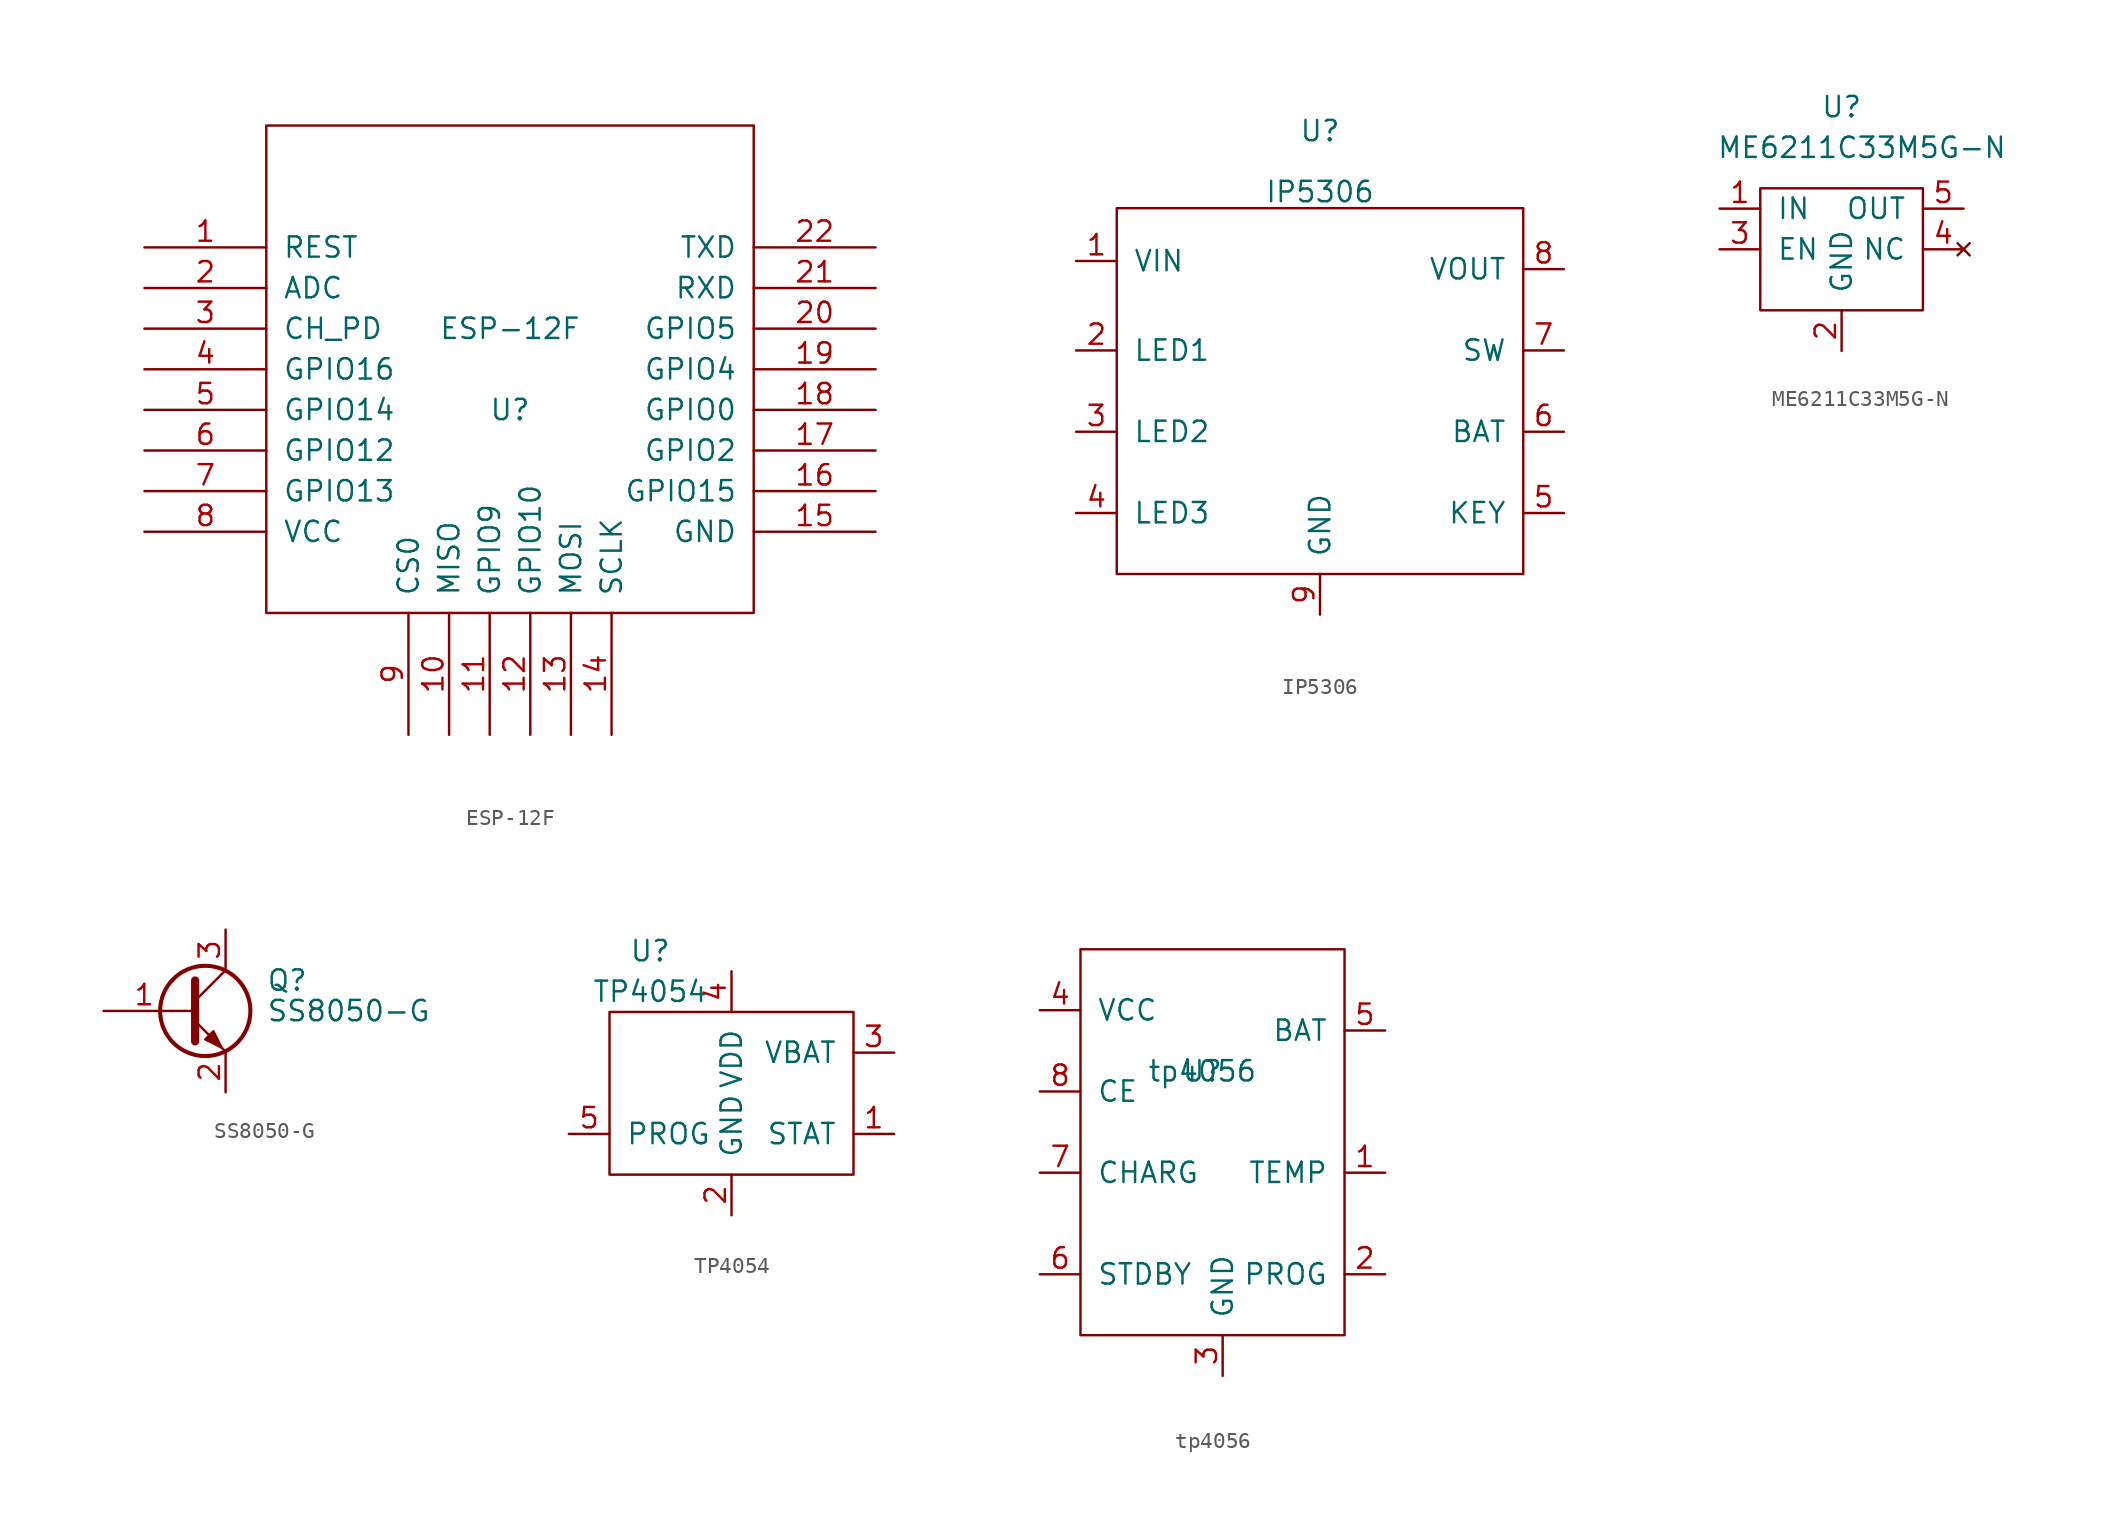
<source format=kicad_sym>
(kicad_symbol_lib
  (version 20211014)
  (generator kicad_symbol_editor)
  (symbol "ESP-12F"
    (pin_names
      (offset 1.016))
    (property "Reference" "U"
      (at 0 -2.54 0)
      (effects (font (size 1.27 1.27))))
    (property "Value" "ESP-12F"
      (at 0 2.54 0)
      (effects (font (size 1.27 1.27))))
    (symbol "ESP-12F_1_0"
      (rectangle (start -15.24 -15.24) (end 15.24 15.24) (stroke (width 0) (type default) (color 0 0 0 0)) (fill (type none))))
    (symbol "ESP-12F_1_1"
      (pin input line (at -22.86 7.62 0) (length 7.62) (name "REST" (effects (font (size 1.27 1.27)))) (number "1" (effects (font (size 1.27 1.27)))))
      (pin bidirectional line (at -3.81 -22.86 90) (length 7.62) (name "MISO" (effects (font (size 1.27 1.27)))) (number "10" (effects (font (size 1.27 1.27)))))
      (pin bidirectional line (at -1.27 -22.86 90) (length 7.62) (name "GPIO9" (effects (font (size 1.27 1.27)))) (number "11" (effects (font (size 1.27 1.27)))))
      (pin bidirectional line (at 1.27 -22.86 90) (length 7.62) (name "GPIO10" (effects (font (size 1.27 1.27)))) (number "12" (effects (font (size 1.27 1.27)))))
      (pin bidirectional line (at 3.81 -22.86 90) (length 7.62) (name "MOSI" (effects (font (size 1.27 1.27)))) (number "13" (effects (font (size 1.27 1.27)))))
      (pin bidirectional line (at 6.35 -22.86 90) (length 7.62) (name "SCLK" (effects (font (size 1.27 1.27)))) (number "14" (effects (font (size 1.27 1.27)))))
      (pin power_in line (at 22.86 -10.16 180) (length 7.62) (name "GND" (effects (font (size 1.27 1.27)))) (number "15" (effects (font (size 1.27 1.27)))))
      (pin bidirectional line (at 22.86 -7.62 180) (length 7.62) (name "GPIO15" (effects (font (size 1.27 1.27)))) (number "16" (effects (font (size 1.27 1.27)))))
      (pin bidirectional line (at 22.86 -5.08 180) (length 7.62) (name "GPIO2" (effects (font (size 1.27 1.27)))) (number "17" (effects (font (size 1.27 1.27)))))
      (pin bidirectional line (at 22.86 -2.54 180) (length 7.62) (name "GPIO0" (effects (font (size 1.27 1.27)))) (number "18" (effects (font (size 1.27 1.27)))))
      (pin bidirectional line (at 22.86 0 180) (length 7.62) (name "GPIO4" (effects (font (size 1.27 1.27)))) (number "19" (effects (font (size 1.27 1.27)))))
      (pin passive line (at -22.86 5.08 0) (length 7.62) (name "ADC" (effects (font (size 1.27 1.27)))) (number "2" (effects (font (size 1.27 1.27)))))
      (pin bidirectional line (at 22.86 2.54 180) (length 7.62) (name "GPIO5" (effects (font (size 1.27 1.27)))) (number "20" (effects (font (size 1.27 1.27)))))
      (pin input line (at 22.86 5.08 180) (length 7.62) (name "RXD" (effects (font (size 1.27 1.27)))) (number "21" (effects (font (size 1.27 1.27)))))
      (pin output line (at 22.86 7.62 180) (length 7.62) (name "TXD" (effects (font (size 1.27 1.27)))) (number "22" (effects (font (size 1.27 1.27)))))
      (pin input line (at -22.86 2.54 0) (length 7.62) (name "CH_PD" (effects (font (size 1.27 1.27)))) (number "3" (effects (font (size 1.27 1.27)))))
      (pin bidirectional line (at -22.86 0 0) (length 7.62) (name "GPIO16" (effects (font (size 1.27 1.27)))) (number "4" (effects (font (size 1.27 1.27)))))
      (pin bidirectional line (at -22.86 -2.54 0) (length 7.62) (name "GPIO14" (effects (font (size 1.27 1.27)))) (number "5" (effects (font (size 1.27 1.27)))))
      (pin bidirectional line (at -22.86 -5.08 0) (length 7.62) (name "GPIO12" (effects (font (size 1.27 1.27)))) (number "6" (effects (font (size 1.27 1.27)))))
      (pin bidirectional line (at -22.86 -7.62 0) (length 7.62) (name "GPIO13" (effects (font (size 1.27 1.27)))) (number "7" (effects (font (size 1.27 1.27)))))
      (pin power_in line (at -22.86 -10.16 0) (length 7.62) (name "VCC" (effects (font (size 1.27 1.27)))) (number "8" (effects (font (size 1.27 1.27)))))
      (pin bidirectional line (at -6.35 -22.86 90) (length 7.62) (name "CS0" (effects (font (size 1.27 1.27)))) (number "9" (effects (font (size 1.27 1.27)))))))
  (symbol "IP5306"
    (pin_names
      (offset 1.016))
    (property "Reference" "U"
      (at 0 18.796 0)
      (effects (font (size 1.27 1.27))))
    (property "Value" "IP5306"
      (at 0 14.986 0)
      (effects (font (size 1.27 1.27))))
    (symbol "IP5306_0_1"
      (rectangle (start -12.7 13.97) (end 12.7 -8.89) (stroke (width 0) (type default) (color 0 0 0 0)) (fill (type none))))
    (symbol "IP5306_1_1"
      (pin passive line (at -15.24 10.668 0) (length 2.54) (name "VIN" (effects (font (size 1.27 1.27)))) (number "1" (effects (font (size 1.27 1.27)))))
      (pin passive line (at -15.24 5.08 0) (length 2.54) (name "LED1" (effects (font (size 1.27 1.27)))) (number "2" (effects (font (size 1.27 1.27)))))
      (pin passive line (at -15.24 0 0) (length 2.54) (name "LED2" (effects (font (size 1.27 1.27)))) (number "3" (effects (font (size 1.27 1.27)))))
      (pin passive line (at -15.24 -5.08 0) (length 2.54) (name "LED3" (effects (font (size 1.27 1.27)))) (number "4" (effects (font (size 1.27 1.27)))))
      (pin passive line (at 15.24 -5.08 180) (length 2.54) (name "KEY" (effects (font (size 1.27 1.27)))) (number "5" (effects (font (size 1.27 1.27)))))
      (pin passive line (at 15.24 0 180) (length 2.54) (name "BAT" (effects (font (size 1.27 1.27)))) (number "6" (effects (font (size 1.27 1.27)))))
      (pin passive line (at 15.24 5.08 180) (length 2.54) (name "SW" (effects (font (size 1.27 1.27)))) (number "7" (effects (font (size 1.27 1.27)))))
      (pin passive line (at 15.24 10.16 180) (length 2.54) (name "VOUT" (effects (font (size 1.27 1.27)))) (number "8" (effects (font (size 1.27 1.27)))))
      (pin passive line (at 0 -11.43 90) (length 2.54) (name "GND" (effects (font (size 1.27 1.27)))) (number "9" (effects (font (size 1.27 1.27)))))))
  (symbol "ME6211C33M5G-N"
    (pin_names
      (offset 1.016))
    (property "Reference" "U"
      (at 0 6.35 0)
      (effects (font (size 1.27 1.27))))
    (property "Value" "ME6211C33M5G-N"
      (at 1.27 3.81 0)
      (effects (font (size 1.27 1.27))))
    (symbol "ME6211C33M5G-N_0_1"
      (rectangle (start -5.08 1.27) (end 5.08 -6.35) (stroke (width 0) (type default) (color 0 0 0 0)) (fill (type none))))
    (symbol "ME6211C33M5G-N_1_1"
      (pin passive line (at -7.62 0 0) (length 2.54) (name "IN" (effects (font (size 1.27 1.27)))) (number "1" (effects (font (size 1.27 1.27)))))
      (pin passive line (at 0 -8.89 90) (length 2.54) (name "GND" (effects (font (size 1.27 1.27)))) (number "2" (effects (font (size 1.27 1.27)))))
      (pin passive line (at -7.62 -2.54 0) (length 2.54) (name "EN" (effects (font (size 1.27 1.27)))) (number "3" (effects (font (size 1.27 1.27)))))
      (pin no_connect line (at 7.62 -2.54 180) (length 2.54) (name "NC" (effects (font (size 1.27 1.27)))) (number "4" (effects (font (size 1.27 1.27)))))
      (pin passive line (at 7.62 0 180) (length 2.54) (name "OUT" (effects (font (size 1.27 1.27)))) (number "5" (effects (font (size 1.27 1.27)))))))
  (symbol "SS8050-G"
    (pin_names
      (offset 0) hide)
    (property "Reference" "Q"
      (at 5.08 1.905 0)
      (effects (font (size 1.27 1.27)) (justify left)))
    (property "Value" "SS8050-G"
      (at 5.08 0 0)
      (effects (font (size 1.27 1.27)) (justify left)))
    (symbol "SS8050-G_0_1"
      (polyline (pts (xy 0 0) (xy 0.635 0)) (stroke (width 0) (type default) (color 0 0 0 0)) (fill (type none)))
      (polyline (pts (xy 0.635 0.635) (xy 2.54 2.54)) (stroke (width 0) (type default) (color 0 0 0 0)) (fill (type none)))
      (polyline (pts (xy 0.635 -0.635) (xy 2.54 -2.54) (xy 2.54 -2.54)) (stroke (width 0) (type default) (color 0 0 0 0)) (fill (type none)))
      (polyline (pts (xy 0.635 1.905) (xy 0.635 -1.905) (xy 0.635 -1.905)) (stroke (width 0.508) (type default) (color 0 0 0 0)) (fill (type none)))
      (polyline (pts (xy 1.27 -1.778) (xy 1.778 -1.27) (xy 2.286 -2.286) (xy 1.27 -1.778) (xy 1.27 -1.778)) (stroke (width 0) (type default) (color 0 0 0 0)) (fill (type outline)))
      (circle (center 1.27 0) (radius 2.819) (stroke (width 0.254) (type default) (color 0 0 0 0)) (fill (type none))))
    (symbol "SS8050-G_1_1"
      (pin input line (at -5.08 0 0) (length 5.08) (name "B" (effects (font (size 1.27 1.27)))) (number "1" (effects (font (size 1.27 1.27)))))
      (pin passive line (at 2.54 -5.08 90) (length 2.54) (name "E" (effects (font (size 1.27 1.27)))) (number "2" (effects (font (size 1.27 1.27)))))
      (pin passive line (at 2.54 5.08 270) (length 2.54) (name "C" (effects (font (size 1.27 1.27)))) (number "3" (effects (font (size 1.27 1.27)))))))
  (symbol "TP4054"
    (pin_names
      (offset 1.016))
    (property "Reference" "U"
      (at -5.08 7.62 0)
      (effects (font (size 1.27 1.27))))
    (property "Value" "TP4054"
      (at -5.08 5.08 0)
      (effects (font (size 1.27 1.27))))
    (symbol "TP4054_0_1"
      (rectangle (start -7.62 3.81) (end 7.62 -6.35) (stroke (width 0) (type default) (color 0 0 0 0)) (fill (type none))))
    (symbol "TP4054_1_1"
      (pin passive line (at 10.16 -3.81 180) (length 2.54) (name "STAT" (effects (font (size 1.27 1.27)))) (number "1" (effects (font (size 1.27 1.27)))))
      (pin passive line (at 0 -8.89 90) (length 2.54) (name "GND" (effects (font (size 1.27 1.27)))) (number "2" (effects (font (size 1.27 1.27)))))
      (pin passive line (at 10.16 1.27 180) (length 2.54) (name "VBAT" (effects (font (size 1.27 1.27)))) (number "3" (effects (font (size 1.27 1.27)))))
      (pin passive line (at 0 6.35 270) (length 2.54) (name "VDD" (effects (font (size 1.27 1.27)))) (number "4" (effects (font (size 1.27 1.27)))))
      (pin passive line (at -10.16 -3.81 0) (length 2.54) (name "PROG" (effects (font (size 1.27 1.27)))) (number "5" (effects (font (size 1.27 1.27)))))))
  (symbol "tp4056"
    (pin_names
      (offset 1.016))
    (property "Reference" "U"
      (at -1.27 1.27 0)
      (effects (font (size 1.27 1.27))))
    (property "Value" "tp4056"
      (at -1.27 1.27 0)
      (effects (font (size 1.27 1.27))))
    (symbol "tp4056_0_1"
      (rectangle (start -8.89 8.89) (end 7.62 -15.24) (stroke (width 0) (type default) (color 0 0 0 0)) (fill (type none))))
    (symbol "tp4056_1_1"
      (pin passive line (at 10.16 -5.08 180) (length 2.54) (name "TEMP" (effects (font (size 1.27 1.27)))) (number "1" (effects (font (size 1.27 1.27)))))
      (pin passive line (at 10.16 -11.43 180) (length 2.54) (name "PROG" (effects (font (size 1.27 1.27)))) (number "2" (effects (font (size 1.27 1.27)))))
      (pin passive line (at 0 -17.78 90) (length 2.54) (name "GND" (effects (font (size 1.27 1.27)))) (number "3" (effects (font (size 1.27 1.27)))))
      (pin passive line (at -11.43 5.08 0) (length 2.54) (name "VCC" (effects (font (size 1.27 1.27)))) (number "4" (effects (font (size 1.27 1.27)))))
      (pin passive line (at 10.16 3.81 180) (length 2.54) (name "BAT" (effects (font (size 1.27 1.27)))) (number "5" (effects (font (size 1.27 1.27)))))
      (pin passive line (at -11.43 -11.43 0) (length 2.54) (name "STDBY" (effects (font (size 1.27 1.27)))) (number "6" (effects (font (size 1.27 1.27)))))
      (pin passive line (at -11.43 -5.08 0) (length 2.54) (name "CHARG" (effects (font (size 1.27 1.27)))) (number "7" (effects (font (size 1.27 1.27)))))
      (pin passive line (at -11.43 0 0) (length 2.54) (name "CE" (effects (font (size 1.27 1.27)))) (number "8" (effects (font (size 1.27 1.27))))))))
</source>
